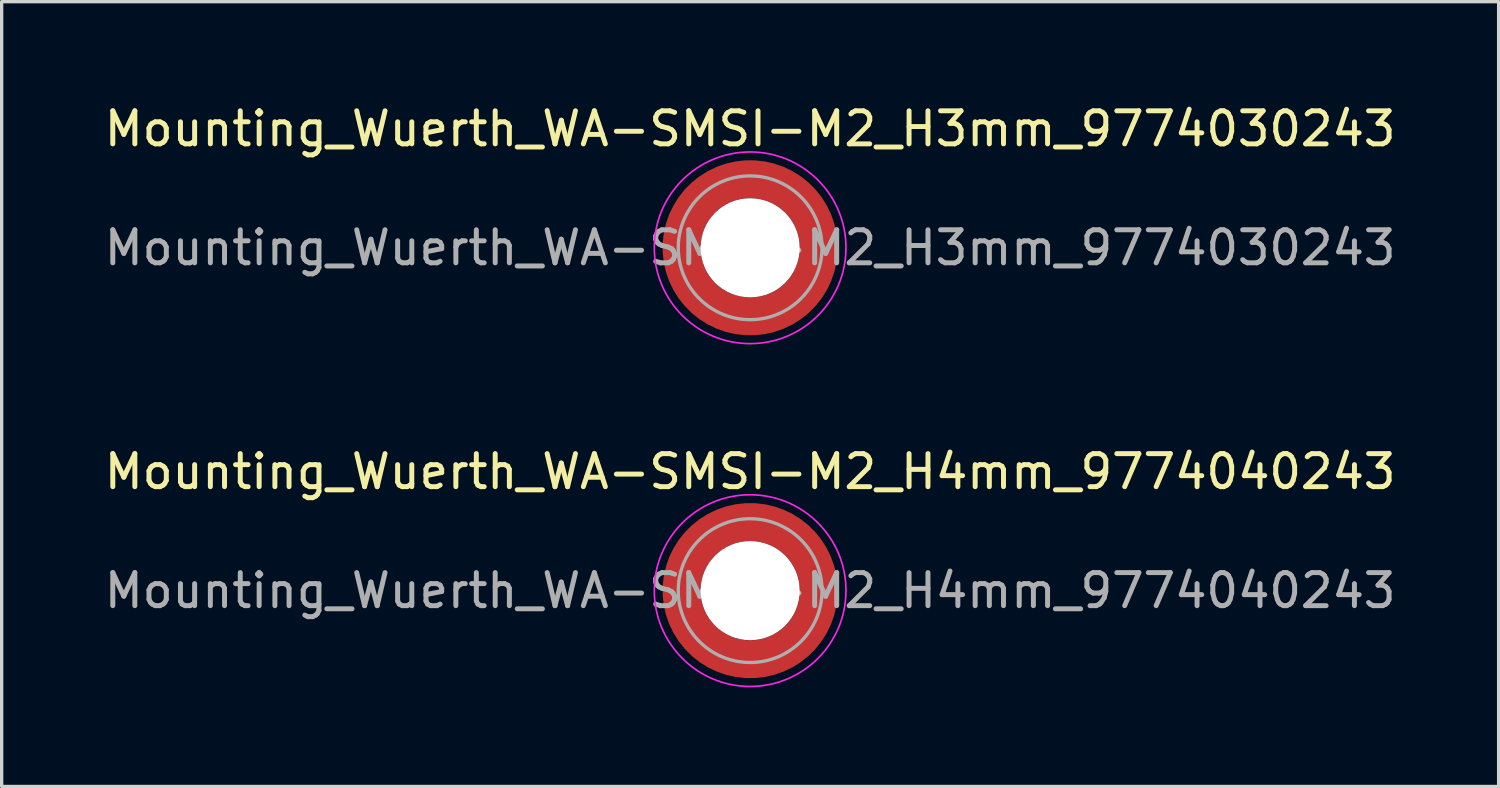
<source format=kicad_pcb>
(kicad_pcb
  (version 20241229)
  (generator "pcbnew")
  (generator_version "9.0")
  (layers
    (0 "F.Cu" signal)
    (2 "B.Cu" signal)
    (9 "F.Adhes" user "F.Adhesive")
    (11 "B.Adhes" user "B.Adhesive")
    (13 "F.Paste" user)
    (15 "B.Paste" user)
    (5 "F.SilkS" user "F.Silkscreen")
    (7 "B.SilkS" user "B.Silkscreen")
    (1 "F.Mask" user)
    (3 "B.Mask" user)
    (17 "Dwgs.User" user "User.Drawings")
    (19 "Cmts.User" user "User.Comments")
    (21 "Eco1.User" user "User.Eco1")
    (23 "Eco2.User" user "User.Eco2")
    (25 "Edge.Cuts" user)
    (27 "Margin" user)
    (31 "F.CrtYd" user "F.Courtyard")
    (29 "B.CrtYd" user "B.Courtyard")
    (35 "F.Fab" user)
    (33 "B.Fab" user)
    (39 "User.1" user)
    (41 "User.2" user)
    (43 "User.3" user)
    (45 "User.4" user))
  (footprint "Mounting_Wuerth_WA-SMSI-M2_H3mm_9774030243"
    (layer "F.Cu")
    (at 19.649 4.448)
    (property "Reference" "Mounting_Wuerth_WA-SMSI-M2_H3mm_9774030243" (at 0 -3.6 0) (layer "F.SilkS") (effects (font (size 1 1) (thickness 0.15))))
    (attr smd)
    (fp_circle (center 0 0) (end 2.9 0) (stroke (width 0.05) (type solid)) (fill no) (layer "F.CrtYd"))
    (fp_circle (center 0 0) (end 2.175 0) (stroke (width 0.1) (type solid)) (fill no) (layer "F.Fab"))
    (fp_text user "${REFERENCE}" (at 0 0 0) (layer "F.Fab") (effects (font (size 1 1) (thickness 0.15))))
    (pad "" smd custom (at -1.453 -1.453) (size 0.61 0.61) (layers "F.Paste") (options (anchor circle)) (primitives (gr_arc (start -0.147677 1.053104) (mid 0.285964 0.286792) (end 1.051968 -0.147393) (width 0.2)) (gr_arc (start -0.240295 1.053104) (mid 0.22253 0.222946) (end 1.052531 -0.24016) (width 0.2)) (gr_arc (start -0.332645 1.053104) (mid 0.158548 0.15965) (end 1.051583 -0.332304) (width 0.2)) (gr_arc (start -0.424767 1.053104) (mid 0.09486 0.096059) (end 1.051446 -0.424413) (width 0.2)) (gr_arc (start -0.516693 1.053104) (mid 0.031293 0.032346) (end 1.051645 -0.516396) (width 0.2)) (gr_arc (start -0.608448 1.053104) (mid -0.032323 -0.031316) (end 1.051707 -0.608176) (width 0.2)) (gr_arc (start -0.700056 1.053104) (mid -0.09616 -0.094758) (end 1.051155 -0.699693) (width 0.2)) (gr_arc (start -0.791534 1.053104) (mid -0.160388 -0.15781) (end 1.049515 -0.790891) (width 0.2)) (gr_arc (start -0.882896 1.053104) (mid -0.223713 -0.221764) (end 1.050388 -0.882429) (width 0.2)) (gr_arc (start -0.974157 1.053104) (mid -0.287654 -0.285101) (end 1.049541 -0.973567) (width 0.2)) (gr_line (start 1.053 -0.148) (end 1.053 -0.974) (width 0.2)) (gr_line (start -0.148 1.053) (end -0.974 1.053) (width 0.2))))
    (pad "" smd custom (at -1.453 1.453) (size 0.61 0.61) (layers "F.Paste") (options (anchor circle)) (primitives (gr_arc (start 1.053104 0.147677) (mid 0.286792 -0.285964) (end -0.147393 -1.051968) (width 0.2)) (gr_arc (start 1.053104 0.240295) (mid 0.222946 -0.22253) (end -0.24016 -1.052531) (width 0.2)) (gr_arc (start 1.053104 0.332645) (mid 0.15965 -0.158548) (end -0.332304 -1.051583) (width 0.2)) (gr_arc (start 1.053104 0.424767) (mid 0.096059 -0.09486) (end -0.424413 -1.051446) (width 0.2)) (gr_arc (start 1.053104 0.516693) (mid 0.032346 -0.031293) (end -0.516396 -1.051645) (width 0.2)) (gr_arc (start 1.053104 0.608448) (mid -0.031316 0.032323) (end -0.608176 -1.051707) (width 0.2)) (gr_arc (start 1.053104 0.700056) (mid -0.094758 0.09616) (end -0.699693 -1.051155) (width 0.2)) (gr_arc (start 1.053104 0.791534) (mid -0.15781 0.160388) (end -0.790891 -1.049515) (width 0.2)) (gr_arc (start 1.053104 0.882896) (mid -0.221764 0.223713) (end -0.882429 -1.050388) (width 0.2)) (gr_arc (start 1.053104 0.974157) (mid -0.285101 0.287654) (end -0.973567 -1.049541) (width 0.2)) (gr_line (start -0.148 -1.053) (end -0.974 -1.053) (width 0.2)) (gr_line (start 1.053 0.148) (end 1.053 0.974) (width 0.2))))
    (pad "" np_thru_hole circle (at 0 0) (size 3 3) (drill 3) (layers "*.Cu" "*.Mask"))
    (pad "" smd custom (at 1.453 -1.453) (size 0.61 0.61) (layers "F.Paste") (options (anchor circle)) (primitives (gr_arc (start -1.053104 -0.147677) (mid -0.286792 0.285964) (end 0.147393 1.051968) (width 0.2)) (gr_arc (start -1.053104 -0.240295) (mid -0.222946 0.22253) (end 0.24016 1.052531) (width 0.2)) (gr_arc (start -1.053104 -0.332645) (mid -0.15965 0.158548) (end 0.332304 1.051583) (width 0.2)) (gr_arc (start -1.053104 -0.424767) (mid -0.096059 0.09486) (end 0.424413 1.051446) (width 0.2)) (gr_arc (start -1.053104 -0.516693) (mid -0.032346 0.031293) (end 0.516396 1.051645) (width 0.2)) (gr_arc (start -1.053104 -0.608448) (mid 0.031316 -0.032323) (end 0.608176 1.051707) (width 0.2)) (gr_arc (start -1.053104 -0.700056) (mid 0.094758 -0.09616) (end 0.699693 1.051155) (width 0.2)) (gr_arc (start -1.053104 -0.791534) (mid 0.15781 -0.160388) (end 0.790891 1.049515) (width 0.2)) (gr_arc (start -1.053104 -0.882896) (mid 0.221764 -0.223713) (end 0.882429 1.050388) (width 0.2)) (gr_arc (start -1.053104 -0.974157) (mid 0.285101 -0.287654) (end 0.973567 1.049541) (width 0.2)) (gr_line (start 0.148 1.053) (end 0.974 1.053) (width 0.2)) (gr_line (start -1.053 -0.148) (end -1.053 -0.974) (width 0.2))))
    (pad "" smd custom (at 1.453 1.453) (size 0.61 0.61) (layers "F.Paste") (options (anchor circle)) (primitives (gr_arc (start 0.147677 -1.053104) (mid -0.285964 -0.286792) (end -1.051968 0.147393) (width 0.2)) (gr_arc (start 0.240295 -1.053104) (mid -0.22253 -0.222946) (end -1.052531 0.24016) (width 0.2)) (gr_arc (start 0.332645 -1.053104) (mid -0.158548 -0.15965) (end -1.051583 0.332304) (width 0.2)) (gr_arc (start 0.424767 -1.053104) (mid -0.09486 -0.096059) (end -1.051446 0.424413) (width 0.2)) (gr_arc (start 0.516693 -1.053104) (mid -0.031293 -0.032346) (end -1.051645 0.516396) (width 0.2)) (gr_arc (start 0.608448 -1.053104) (mid 0.032323 0.031316) (end -1.051707 0.608176) (width 0.2)) (gr_arc (start 0.700056 -1.053104) (mid 0.09616 0.094758) (end -1.051155 0.699693) (width 0.2)) (gr_arc (start 0.791534 -1.053104) (mid 0.160388 0.15781) (end -1.049515 0.790891) (width 0.2)) (gr_arc (start 0.882896 -1.053104) (mid 0.223713 0.221764) (end -1.050388 0.882429) (width 0.2)) (gr_arc (start 0.974157 -1.053104) (mid 0.287654 0.285101) (end -1.049541 0.973567) (width 0.2)) (gr_line (start -1.053 0.148) (end -1.053 0.974) (width 0.2)) (gr_line (start 0.148 -1.053) (end 0.974 -1.053) (width 0.2))))
    (pad "1" smd circle (at -2.075 0) (size 0.75 0.75) (layers "F.Cu"))
    (pad "1" smd circle (at 0 -2.075) (size 0.75 0.75) (layers "F.Cu"))
    (pad "1" smd circle (at 0 2.075) (size 0.75 0.75) (layers "F.Cu"))
    (pad "1" smd custom (at 2.075 0) (size 0.75 0.75) (layers "F.Cu" "F.Mask") (options (anchor circle)) (primitives (gr_circle (center -2.075 0) (end 0 0) (width 1.15) (fill no)))))
  (footprint "Mounting_Wuerth_WA-SMSI-M2_H4mm_9774040243"
    (layer "F.Cu")
    (at 19.649 14.822)
    (property "Reference" "Mounting_Wuerth_WA-SMSI-M2_H4mm_9774040243" (at 0 -3.6 0) (layer "F.SilkS") (effects (font (size 1 1) (thickness 0.15))))
    (attr smd)
    (fp_circle (center 0 0) (end 2.9 0) (stroke (width 0.05) (type solid)) (fill no) (layer "F.CrtYd"))
    (fp_circle (center 0 0) (end 2.175 0) (stroke (width 0.1) (type solid)) (fill no) (layer "F.Fab"))
    (fp_text user "${REFERENCE}" (at 0 0 0) (layer "F.Fab") (effects (font (size 1 1) (thickness 0.15))))
    (pad "" smd custom (at -1.453 -1.453) (size 0.61 0.61) (layers "F.Paste") (options (anchor circle)) (primitives (gr_arc (start -0.147677 1.053104) (mid 0.285964 0.286792) (end 1.051968 -0.147393) (width 0.2)) (gr_arc (start -0.240295 1.053104) (mid 0.22253 0.222946) (end 1.052531 -0.24016) (width 0.2)) (gr_arc (start -0.332645 1.053104) (mid 0.158548 0.15965) (end 1.051583 -0.332304) (width 0.2)) (gr_arc (start -0.424767 1.053104) (mid 0.09486 0.096059) (end 1.051446 -0.424413) (width 0.2)) (gr_arc (start -0.516693 1.053104) (mid 0.031293 0.032346) (end 1.051645 -0.516396) (width 0.2)) (gr_arc (start -0.608448 1.053104) (mid -0.032323 -0.031316) (end 1.051707 -0.608176) (width 0.2)) (gr_arc (start -0.700056 1.053104) (mid -0.09616 -0.094758) (end 1.051155 -0.699693) (width 0.2)) (gr_arc (start -0.791534 1.053104) (mid -0.160388 -0.15781) (end 1.049515 -0.790891) (width 0.2)) (gr_arc (start -0.882896 1.053104) (mid -0.223713 -0.221764) (end 1.050388 -0.882429) (width 0.2)) (gr_arc (start -0.974157 1.053104) (mid -0.287654 -0.285101) (end 1.049541 -0.973567) (width 0.2)) (gr_line (start 1.053 -0.148) (end 1.053 -0.974) (width 0.2)) (gr_line (start -0.148 1.053) (end -0.974 1.053) (width 0.2))))
    (pad "" smd custom (at -1.453 1.453) (size 0.61 0.61) (layers "F.Paste") (options (anchor circle)) (primitives (gr_arc (start 1.053104 0.147677) (mid 0.286792 -0.285964) (end -0.147393 -1.051968) (width 0.2)) (gr_arc (start 1.053104 0.240295) (mid 0.222946 -0.22253) (end -0.24016 -1.052531) (width 0.2)) (gr_arc (start 1.053104 0.332645) (mid 0.15965 -0.158548) (end -0.332304 -1.051583) (width 0.2)) (gr_arc (start 1.053104 0.424767) (mid 0.096059 -0.09486) (end -0.424413 -1.051446) (width 0.2)) (gr_arc (start 1.053104 0.516693) (mid 0.032346 -0.031293) (end -0.516396 -1.051645) (width 0.2)) (gr_arc (start 1.053104 0.608448) (mid -0.031316 0.032323) (end -0.608176 -1.051707) (width 0.2)) (gr_arc (start 1.053104 0.700056) (mid -0.094758 0.09616) (end -0.699693 -1.051155) (width 0.2)) (gr_arc (start 1.053104 0.791534) (mid -0.15781 0.160388) (end -0.790891 -1.049515) (width 0.2)) (gr_arc (start 1.053104 0.882896) (mid -0.221764 0.223713) (end -0.882429 -1.050388) (width 0.2)) (gr_arc (start 1.053104 0.974157) (mid -0.285101 0.287654) (end -0.973567 -1.049541) (width 0.2)) (gr_line (start -0.148 -1.053) (end -0.974 -1.053) (width 0.2)) (gr_line (start 1.053 0.148) (end 1.053 0.974) (width 0.2))))
    (pad "" np_thru_hole circle (at 0 0) (size 3 3) (drill 3) (layers "*.Cu" "*.Mask"))
    (pad "" smd custom (at 1.453 -1.453) (size 0.61 0.61) (layers "F.Paste") (options (anchor circle)) (primitives (gr_arc (start -1.053104 -0.147677) (mid -0.286792 0.285964) (end 0.147393 1.051968) (width 0.2)) (gr_arc (start -1.053104 -0.240295) (mid -0.222946 0.22253) (end 0.24016 1.052531) (width 0.2)) (gr_arc (start -1.053104 -0.332645) (mid -0.15965 0.158548) (end 0.332304 1.051583) (width 0.2)) (gr_arc (start -1.053104 -0.424767) (mid -0.096059 0.09486) (end 0.424413 1.051446) (width 0.2)) (gr_arc (start -1.053104 -0.516693) (mid -0.032346 0.031293) (end 0.516396 1.051645) (width 0.2)) (gr_arc (start -1.053104 -0.608448) (mid 0.031316 -0.032323) (end 0.608176 1.051707) (width 0.2)) (gr_arc (start -1.053104 -0.700056) (mid 0.094758 -0.09616) (end 0.699693 1.051155) (width 0.2)) (gr_arc (start -1.053104 -0.791534) (mid 0.15781 -0.160388) (end 0.790891 1.049515) (width 0.2)) (gr_arc (start -1.053104 -0.882896) (mid 0.221764 -0.223713) (end 0.882429 1.050388) (width 0.2)) (gr_arc (start -1.053104 -0.974157) (mid 0.285101 -0.287654) (end 0.973567 1.049541) (width 0.2)) (gr_line (start 0.148 1.053) (end 0.974 1.053) (width 0.2)) (gr_line (start -1.053 -0.148) (end -1.053 -0.974) (width 0.2))))
    (pad "" smd custom (at 1.453 1.453) (size 0.61 0.61) (layers "F.Paste") (options (anchor circle)) (primitives (gr_arc (start 0.147677 -1.053104) (mid -0.285964 -0.286792) (end -1.051968 0.147393) (width 0.2)) (gr_arc (start 0.240295 -1.053104) (mid -0.22253 -0.222946) (end -1.052531 0.24016) (width 0.2)) (gr_arc (start 0.332645 -1.053104) (mid -0.158548 -0.15965) (end -1.051583 0.332304) (width 0.2)) (gr_arc (start 0.424767 -1.053104) (mid -0.09486 -0.096059) (end -1.051446 0.424413) (width 0.2)) (gr_arc (start 0.516693 -1.053104) (mid -0.031293 -0.032346) (end -1.051645 0.516396) (width 0.2)) (gr_arc (start 0.608448 -1.053104) (mid 0.032323 0.031316) (end -1.051707 0.608176) (width 0.2)) (gr_arc (start 0.700056 -1.053104) (mid 0.09616 0.094758) (end -1.051155 0.699693) (width 0.2)) (gr_arc (start 0.791534 -1.053104) (mid 0.160388 0.15781) (end -1.049515 0.790891) (width 0.2)) (gr_arc (start 0.882896 -1.053104) (mid 0.223713 0.221764) (end -1.050388 0.882429) (width 0.2)) (gr_arc (start 0.974157 -1.053104) (mid 0.287654 0.285101) (end -1.049541 0.973567) (width 0.2)) (gr_line (start -1.053 0.148) (end -1.053 0.974) (width 0.2)) (gr_line (start 0.148 -1.053) (end 0.974 -1.053) (width 0.2))))
    (pad "1" smd circle (at -2.075 0) (size 0.75 0.75) (layers "F.Cu"))
    (pad "1" smd circle (at 0 -2.075) (size 0.75 0.75) (layers "F.Cu"))
    (pad "1" smd circle (at 0 2.075) (size 0.75 0.75) (layers "F.Cu"))
    (pad "1" smd custom (at 2.075 0) (size 0.75 0.75) (layers "F.Cu" "F.Mask") (options (anchor circle)) (primitives (gr_circle (center -2.075 0) (end 0 0) (width 1.15) (fill no)))))
  (gr_rect
    (start -3 -3)
    (end 42.298 20.747)
    (stroke (width 0.1) (type default))
    (fill no)
    (layer "Edge.Cuts")))
</source>
